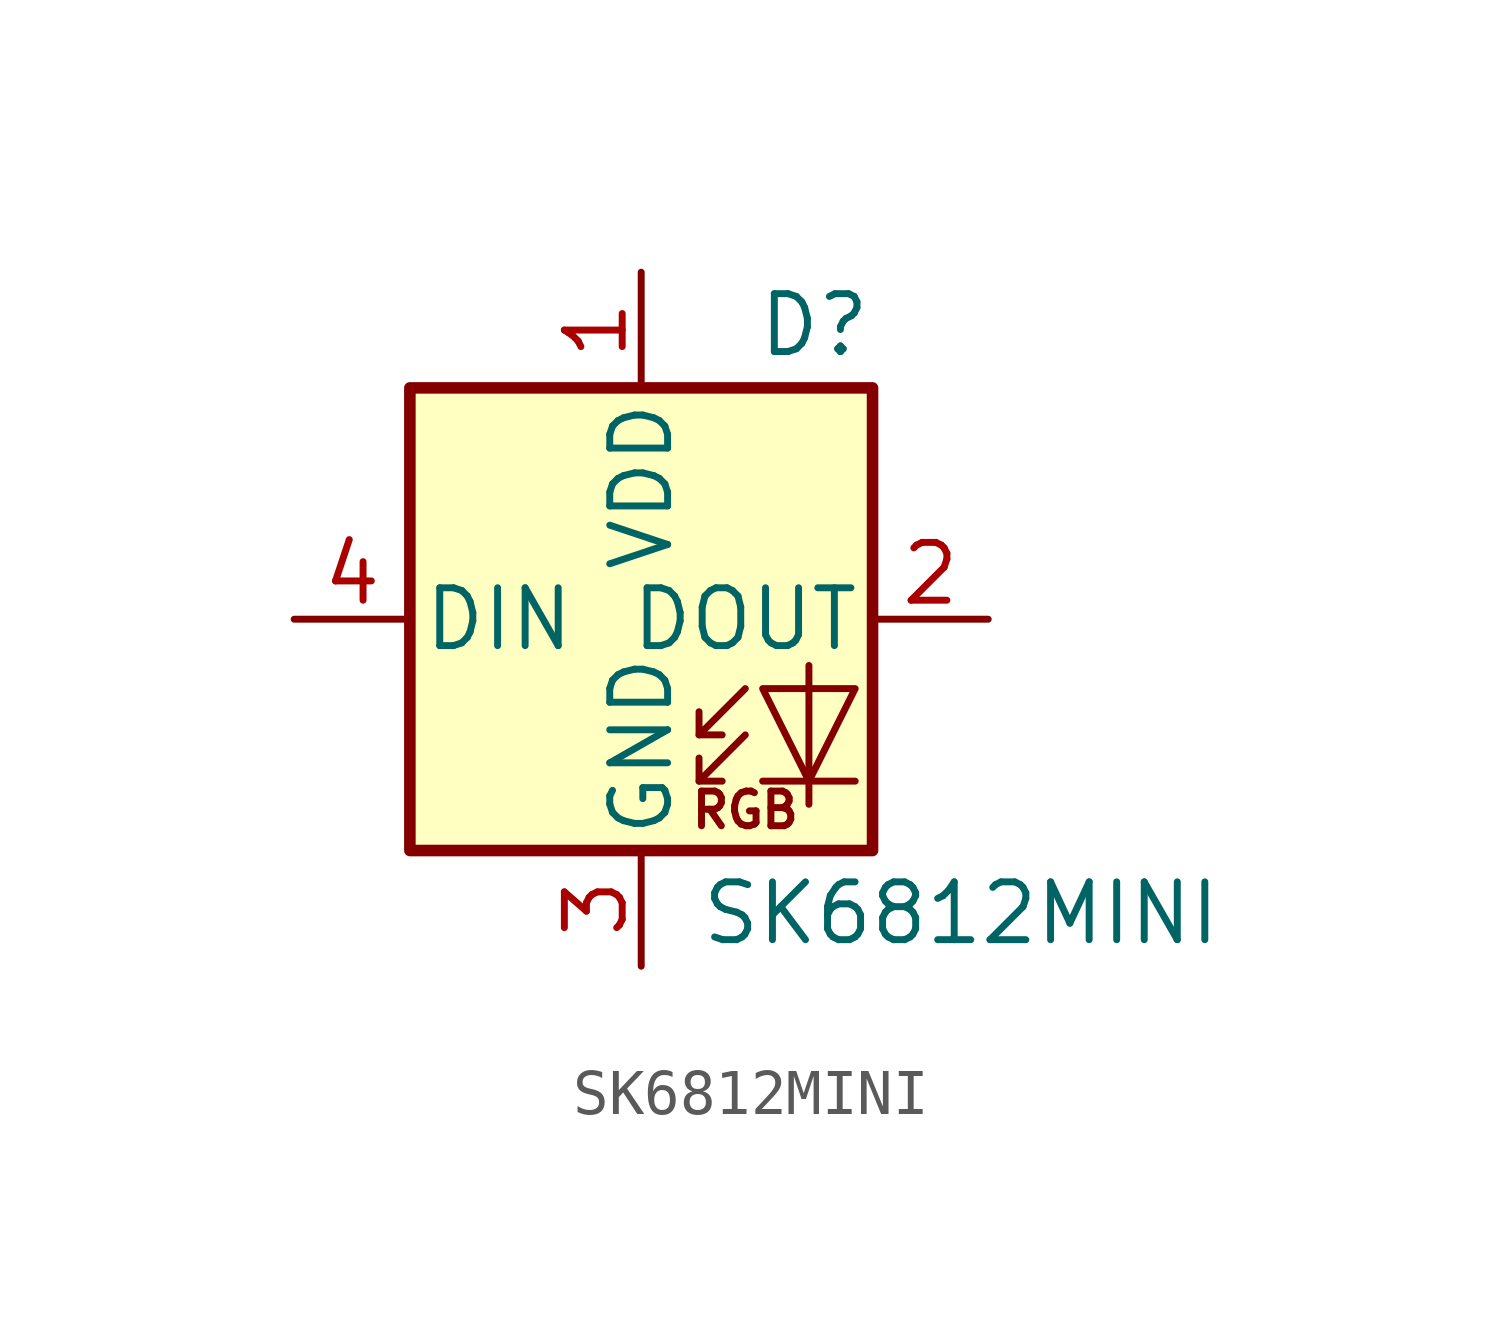
<source format=kicad_sym>
(kicad_symbol_lib
  (version 20220914)
  (generator kicad_symbol_editor)
  (symbol "SK6812MINI"
    (pin_names
      (offset 0.254))
    (property "Reference" "D"
      (at 5.08 5.715 0)
      (effects (font (size 1.27 1.27)) (justify right bottom)))
    (property "Value" "SK6812MINI"
      (at 1.27 -5.715 0)
      (effects (font (size 1.27 1.27)) (justify left top)))
    (symbol "SK6812MINI_0_0"
      (text "RGB" (at 2.286 -4.191 0) (effects (font (size 0.762 0.762)))))
    (symbol "SK6812MINI_0_1"
      (polyline (pts (xy 1.27 -3.556) (xy 1.778 -3.556)) (stroke (width 0) (type default)) (fill (type none)))
      (polyline (pts (xy 1.27 -2.54) (xy 1.778 -2.54)) (stroke (width 0) (type default)) (fill (type none)))
      (polyline (pts (xy 4.699 -3.556) (xy 2.667 -3.556)) (stroke (width 0) (type default)) (fill (type none)))
      (polyline (pts (xy 2.286 -2.54) (xy 1.27 -3.556) (xy 1.27 -3.048)) (stroke (width 0) (type default)) (fill (type none)))
      (polyline (pts (xy 2.286 -1.524) (xy 1.27 -2.54) (xy 1.27 -2.032)) (stroke (width 0) (type default)) (fill (type none)))
      (polyline (pts (xy 3.683 -1.016) (xy 3.683 -3.556) (xy 3.683 -4.064)) (stroke (width 0) (type default)) (fill (type none)))
      (polyline (pts (xy 4.699 -1.524) (xy 2.667 -1.524) (xy 3.683 -3.556) (xy 4.699 -1.524)) (stroke (width 0) (type default)) (fill (type none)))
      (rectangle (start 5.08 5.08) (end -5.08 -5.08) (stroke (width 0.254) (type default)) (fill (type background))))
    (symbol "SK6812MINI_1_1"
      (pin power_in line (at 0 7.62 270) (length 2.54) (name "VDD" (effects (font (size 1.27 1.27)))) (number "1" (effects (font (size 1.27 1.27)))))
      (pin output line (at 7.62 0 180) (length 2.54) (name "DOUT" (effects (font (size 1.27 1.27)))) (number "2" (effects (font (size 1.27 1.27)))))
      (pin power_in line (at 0 -7.62 90) (length 2.54) (name "GND" (effects (font (size 1.27 1.27)))) (number "3" (effects (font (size 1.27 1.27)))))
      (pin input line (at -7.62 0 0) (length 2.54) (name "DIN" (effects (font (size 1.27 1.27)))) (number "4" (effects (font (size 1.27 1.27))))))))
</source>
